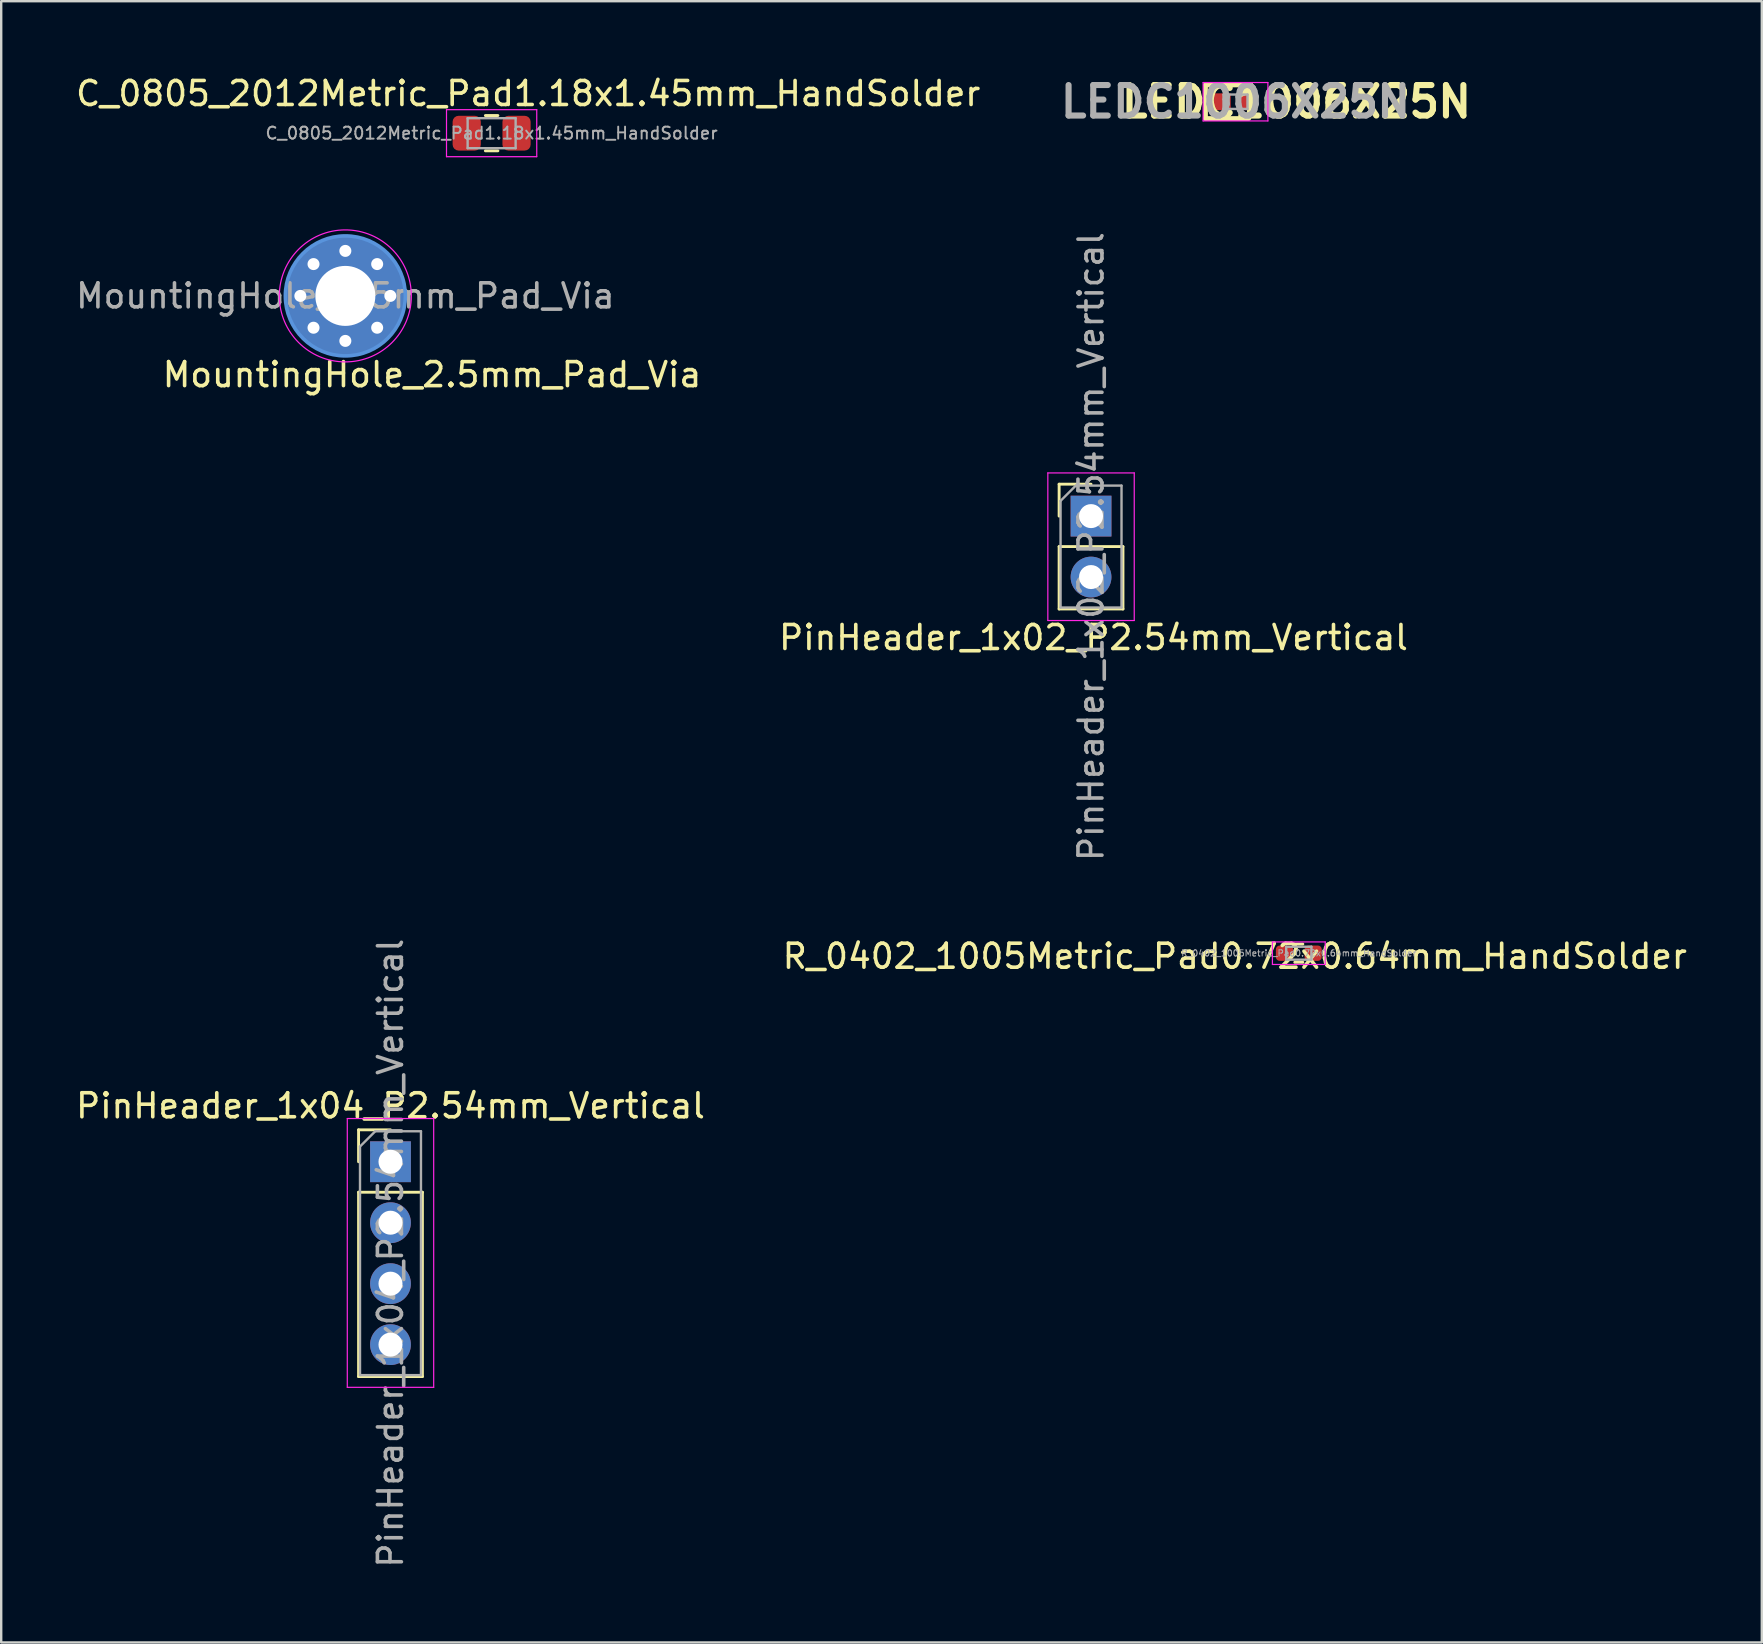
<source format=kicad_pcb>
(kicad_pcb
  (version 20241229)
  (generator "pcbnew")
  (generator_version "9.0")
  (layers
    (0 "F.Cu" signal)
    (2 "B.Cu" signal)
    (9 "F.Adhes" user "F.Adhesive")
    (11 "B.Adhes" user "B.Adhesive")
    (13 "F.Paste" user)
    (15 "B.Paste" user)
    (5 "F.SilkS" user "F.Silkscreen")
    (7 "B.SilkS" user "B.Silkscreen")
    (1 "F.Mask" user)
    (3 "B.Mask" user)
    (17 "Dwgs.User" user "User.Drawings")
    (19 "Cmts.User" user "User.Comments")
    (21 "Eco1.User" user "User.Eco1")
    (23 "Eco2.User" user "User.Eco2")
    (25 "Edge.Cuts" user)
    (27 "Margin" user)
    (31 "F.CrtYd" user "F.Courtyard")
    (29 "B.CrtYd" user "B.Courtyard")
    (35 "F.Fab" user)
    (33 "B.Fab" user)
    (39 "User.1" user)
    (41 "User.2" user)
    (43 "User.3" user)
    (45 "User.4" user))
  (footprint "LEDC1006X25N"
    (layer "F.Cu")
    (at 48.428 1.189)
    (property "Reference" "LEDC1006X25N" (at 2.54 0 0) (layer "F.SilkS") (effects (font (size 1.27 1.27) (thickness 0.254))))
    (attr smd)
    (fp_line (start -1.25 -0.7) (end -1.25 0.7) (stroke (width 0.2) (type solid)) (layer "F.SilkS"))
    (fp_line (start -1.25 0.7) (end 0.55 0.7) (stroke (width 0.2) (type solid)) (layer "F.SilkS"))
    (fp_line (start 0.55 -0.7) (end -1.25 -0.7) (stroke (width 0.2) (type solid)) (layer "F.SilkS"))
    (fp_line (start -1.35 -0.8) (end 1.35 -0.8) (stroke (width 0.05) (type solid)) (layer "F.CrtYd"))
    (fp_line (start -1.35 0.8) (end -1.35 -0.8) (stroke (width 0.05) (type solid)) (layer "F.CrtYd"))
    (fp_line (start 1.35 -0.8) (end 1.35 0.8) (stroke (width 0.05) (type solid)) (layer "F.CrtYd"))
    (fp_line (start 1.35 0.8) (end -1.35 0.8) (stroke (width 0.05) (type solid)) (layer "F.CrtYd"))
    (fp_line (start -0.5 -0.3) (end 0.5 -0.3) (stroke (width 0.1) (type solid)) (layer "F.Fab"))
    (fp_line (start -0.5 -0.1) (end -0.3 -0.3) (stroke (width 0.1) (type solid)) (layer "F.Fab"))
    (fp_line (start -0.5 0.3) (end -0.5 -0.3) (stroke (width 0.1) (type solid)) (layer "F.Fab"))
    (fp_line (start 0.5 -0.3) (end 0.5 0.3) (stroke (width 0.1) (type solid)) (layer "F.Fab"))
    (fp_line (start 0.5 0.3) (end -0.5 0.3) (stroke (width 0.1) (type solid)) (layer "F.Fab"))
    (fp_text user "${REFERENCE}" (at 0 0 0) (layer "F.Fab") (effects (font (size 1.27 1.27) (thickness 0.254))))
    (pad "1" smd rect (at -0.55 0 90) (size 0.7 0.7) (layers "F.Cu" "F.Mask" "F.Paste"))
    (pad "2" smd rect (at 0.55 0 90) (size 0.7 0.7) (layers "F.Cu" "F.Mask" "F.Paste")))
  (footprint "C_0805_2012Metric_Pad1.18x1.45mm_HandSolder"
    (layer "F.Cu")
    (at 17.434 2.499)
    (property "Reference" "C_0805_2012Metric_Pad1.18x1.45mm_HandSolder" (at 1.524 -1.651 0) (layer "F.SilkS") (effects (font (size 1 1) (thickness 0.15))))
    (attr smd)
    (fp_line (start -0.261 -0.735) (end 0.261 -0.735) (stroke (width 0.12) (type solid)) (layer "F.SilkS"))
    (fp_line (start -0.261 0.735) (end 0.261 0.735) (stroke (width 0.12) (type solid)) (layer "F.SilkS"))
    (fp_line (start -1.88 -0.98) (end 1.88 -0.98) (stroke (width 0.05) (type solid)) (layer "F.CrtYd"))
    (fp_line (start -1.88 0.98) (end -1.88 -0.98) (stroke (width 0.05) (type solid)) (layer "F.CrtYd"))
    (fp_line (start 1.88 -0.98) (end 1.88 0.98) (stroke (width 0.05) (type solid)) (layer "F.CrtYd"))
    (fp_line (start 1.88 0.98) (end -1.88 0.98) (stroke (width 0.05) (type solid)) (layer "F.CrtYd"))
    (fp_line (start -1 -0.625) (end 1 -0.625) (stroke (width 0.1) (type solid)) (layer "F.Fab"))
    (fp_line (start -1 0.625) (end -1 -0.625) (stroke (width 0.1) (type solid)) (layer "F.Fab"))
    (fp_line (start 1 -0.625) (end 1 0.625) (stroke (width 0.1) (type solid)) (layer "F.Fab"))
    (fp_line (start 1 0.625) (end -1 0.625) (stroke (width 0.1) (type solid)) (layer "F.Fab"))
    (fp_text user "${REFERENCE}" (at 0 0 0) (layer "F.Fab") (effects (font (size 0.5 0.5) (thickness 0.08))))
    (pad "1" smd roundrect (at -1.038 0 180) (size 1.175 1.45) (layers "F.Cu" "F.Mask" "F.Paste") (roundrect_rratio 0.213))
    (pad "2" smd roundrect (at 1.038 0 180) (size 1.175 1.45) (layers "F.Cu" "F.Mask" "F.Paste") (roundrect_rratio 0.213)))
  (footprint "PinHeader_1x02_P2.54mm_Vertical"
    (layer "F.Cu")
    (at 42.409 18.454)
    (property "Reference" "PinHeader_1x02_P2.54mm_Vertical" (at 0.102 5.06 0) (layer "F.SilkS") (effects (font (size 1 1) (thickness 0.15))))
    (attr through_hole)
    (fp_line (start -1.33 -1.33) (end 0 -1.33) (stroke (width 0.12) (type solid)) (layer "F.SilkS"))
    (fp_line (start -1.33 0) (end -1.33 -1.33) (stroke (width 0.12) (type solid)) (layer "F.SilkS"))
    (fp_line (start -1.33 1.27) (end -1.33 3.87) (stroke (width 0.12) (type solid)) (layer "F.SilkS"))
    (fp_line (start -1.33 1.27) (end 1.33 1.27) (stroke (width 0.12) (type solid)) (layer "F.SilkS"))
    (fp_line (start -1.33 3.87) (end 1.33 3.87) (stroke (width 0.12) (type solid)) (layer "F.SilkS"))
    (fp_line (start 1.33 1.27) (end 1.33 3.87) (stroke (width 0.12) (type solid)) (layer "F.SilkS"))
    (fp_line (start -1.8 -1.8) (end -1.8 4.35) (stroke (width 0.05) (type solid)) (layer "F.CrtYd"))
    (fp_line (start -1.8 4.35) (end 1.8 4.35) (stroke (width 0.05) (type solid)) (layer "F.CrtYd"))
    (fp_line (start 1.8 -1.8) (end -1.8 -1.8) (stroke (width 0.05) (type solid)) (layer "F.CrtYd"))
    (fp_line (start 1.8 4.35) (end 1.8 -1.8) (stroke (width 0.05) (type solid)) (layer "F.CrtYd"))
    (fp_line (start -1.27 -0.635) (end -0.635 -1.27) (stroke (width 0.1) (type solid)) (layer "F.Fab"))
    (fp_line (start -1.27 3.81) (end -1.27 -0.635) (stroke (width 0.1) (type solid)) (layer "F.Fab"))
    (fp_line (start -0.635 -1.27) (end 1.27 -1.27) (stroke (width 0.1) (type solid)) (layer "F.Fab"))
    (fp_line (start 1.27 -1.27) (end 1.27 3.81) (stroke (width 0.1) (type solid)) (layer "F.Fab"))
    (fp_line (start 1.27 3.81) (end -1.27 3.81) (stroke (width 0.1) (type solid)) (layer "F.Fab"))
    (fp_text user "${REFERENCE}" (at 0 1.27 90) (layer "F.Fab") (effects (font (size 1 1) (thickness 0.15))))
    (pad "1" thru_hole rect (at 0 0) (size 1.7 1.7) (drill 1) (layers "*.Cu" "*.Mask"))
    (pad "2" thru_hole oval (at 0 2.54) (size 1.7 1.7) (drill 1) (layers "*.Cu" "*.Mask")))
  (footprint "PinHeader_1x04_P2.54mm_Vertical"
    (layer "F.Cu")
    (at 13.22 45.355)
    (property "Reference" "PinHeader_1x04_P2.54mm_Vertical" (at 0 -2.33 0) (layer "F.SilkS") (effects (font (size 1 1) (thickness 0.15))))
    (attr through_hole)
    (fp_line (start -1.33 -1.33) (end 0 -1.33) (stroke (width 0.12) (type solid)) (layer "F.SilkS"))
    (fp_line (start -1.33 0) (end -1.33 -1.33) (stroke (width 0.12) (type solid)) (layer "F.SilkS"))
    (fp_line (start -1.33 1.27) (end -1.33 8.95) (stroke (width 0.12) (type solid)) (layer "F.SilkS"))
    (fp_line (start -1.33 1.27) (end 1.33 1.27) (stroke (width 0.12) (type solid)) (layer "F.SilkS"))
    (fp_line (start -1.33 8.95) (end 1.33 8.95) (stroke (width 0.12) (type solid)) (layer "F.SilkS"))
    (fp_line (start 1.33 1.27) (end 1.33 8.95) (stroke (width 0.12) (type solid)) (layer "F.SilkS"))
    (fp_line (start -1.8 -1.8) (end -1.8 9.4) (stroke (width 0.05) (type solid)) (layer "F.CrtYd"))
    (fp_line (start -1.8 9.4) (end 1.8 9.4) (stroke (width 0.05) (type solid)) (layer "F.CrtYd"))
    (fp_line (start 1.8 -1.8) (end -1.8 -1.8) (stroke (width 0.05) (type solid)) (layer "F.CrtYd"))
    (fp_line (start 1.8 9.4) (end 1.8 -1.8) (stroke (width 0.05) (type solid)) (layer "F.CrtYd"))
    (fp_line (start -1.27 -0.635) (end -0.635 -1.27) (stroke (width 0.1) (type solid)) (layer "F.Fab"))
    (fp_line (start -1.27 8.89) (end -1.27 -0.635) (stroke (width 0.1) (type solid)) (layer "F.Fab"))
    (fp_line (start -0.635 -1.27) (end 1.27 -1.27) (stroke (width 0.1) (type solid)) (layer "F.Fab"))
    (fp_line (start 1.27 -1.27) (end 1.27 8.89) (stroke (width 0.1) (type solid)) (layer "F.Fab"))
    (fp_line (start 1.27 8.89) (end -1.27 8.89) (stroke (width 0.1) (type solid)) (layer "F.Fab"))
    (fp_text user "${REFERENCE}" (at 0 3.81 90) (layer "F.Fab") (effects (font (size 1 1) (thickness 0.15))))
    (pad "1" thru_hole rect (at 0 0) (size 1.7 1.7) (drill 1) (layers "*.Cu" "*.Mask"))
    (pad "2" thru_hole oval (at 0 2.54) (size 1.7 1.7) (drill 1) (layers "*.Cu" "*.Mask"))
    (pad "3" thru_hole oval (at 0 5.08) (size 1.7 1.7) (drill 1) (layers "*.Cu" "*.Mask"))
    (pad "4" thru_hole oval (at 0 7.62) (size 1.7 1.7) (drill 1) (layers "*.Cu" "*.Mask")))
  (footprint "MountingHole_2.5mm_Pad_Via"
    (layer "F.Cu")
    (at 11.339 9.279)
    (property "Reference" "MountingHole_2.5mm_Pad_Via" (at 3.612 3.282 0) (layer "F.SilkS") (effects (font (size 1 1) (thickness 0.15))))
    (attr exclude_from_pos_files)
    (fp_circle (center 0 0) (end 2.5 0) (stroke (width 0.15) (type solid)) (fill no) (layer "Cmts.User"))
    (fp_circle (center 0 0) (end 2.75 0) (stroke (width 0.05) (type solid)) (fill no) (layer "F.CrtYd"))
    (fp_text user "${REFERENCE}" (at 0 0 0) (layer "F.Fab") (effects (font (size 1 1) (thickness 0.15))))
    (pad "1" thru_hole circle (at -1.875 0) (size 0.8 0.8) (drill 0.5) (layers "*.Cu" "*.Mask"))
    (pad "1" thru_hole circle (at -1.326 -1.326) (size 0.8 0.8) (drill 0.5) (layers "*.Cu" "*.Mask"))
    (pad "1" thru_hole circle (at -1.326 1.326) (size 0.8 0.8) (drill 0.5) (layers "*.Cu" "*.Mask"))
    (pad "1" thru_hole circle (at 0 -1.875) (size 0.8 0.8) (drill 0.5) (layers "*.Cu" "*.Mask"))
    (pad "1" thru_hole circle (at 0 0) (size 5 5) (drill 2.5) (layers "*.Cu" "*.Mask"))
    (pad "1" thru_hole circle (at 0 1.875) (size 0.8 0.8) (drill 0.5) (layers "*.Cu" "*.Mask"))
    (pad "1" thru_hole circle (at 1.326 -1.326) (size 0.8 0.8) (drill 0.5) (layers "*.Cu" "*.Mask"))
    (pad "1" thru_hole circle (at 1.326 1.326) (size 0.8 0.8) (drill 0.5) (layers "*.Cu" "*.Mask"))
    (pad "1" thru_hole circle (at 1.875 0) (size 0.8 0.8) (drill 0.5) (layers "*.Cu" "*.Mask")))
  (footprint "R_0402_1005Metric_Pad0.72x0.64mm_HandSolder"
    (layer "F.Cu")
    (at 51.066 36.666)
    (property "Reference" "R_0402_1005Metric_Pad0.72x0.64mm_HandSolder" (at -2.667 0.127 0) (layer "F.SilkS") (effects (font (size 1 1) (thickness 0.15))))
    (attr smd)
    (fp_line (start -0.168 -0.38) (end 0.168 -0.38) (stroke (width 0.12) (type solid)) (layer "F.SilkS"))
    (fp_line (start -0.168 0.38) (end 0.168 0.38) (stroke (width 0.12) (type solid)) (layer "F.SilkS"))
    (fp_line (start -1.1 -0.47) (end 1.1 -0.47) (stroke (width 0.05) (type solid)) (layer "F.CrtYd"))
    (fp_line (start -1.1 0.47) (end -1.1 -0.47) (stroke (width 0.05) (type solid)) (layer "F.CrtYd"))
    (fp_line (start 1.1 -0.47) (end 1.1 0.47) (stroke (width 0.05) (type solid)) (layer "F.CrtYd"))
    (fp_line (start 1.1 0.47) (end -1.1 0.47) (stroke (width 0.05) (type solid)) (layer "F.CrtYd"))
    (fp_line (start -0.525 -0.27) (end 0.525 -0.27) (stroke (width 0.1) (type solid)) (layer "F.Fab"))
    (fp_line (start -0.525 0.27) (end -0.525 -0.27) (stroke (width 0.1) (type solid)) (layer "F.Fab"))
    (fp_line (start 0.525 -0.27) (end 0.525 0.27) (stroke (width 0.1) (type solid)) (layer "F.Fab"))
    (fp_line (start 0.525 0.27) (end -0.525 0.27) (stroke (width 0.1) (type solid)) (layer "F.Fab"))
    (fp_text user "${REFERENCE}" (at 0 0 0) (layer "F.Fab") (effects (font (size 0.26 0.26) (thickness 0.04))))
    (pad "1" smd roundrect (at -0.598 0 180) (size 0.715 0.64) (layers "F.Cu" "F.Mask" "F.Paste") (roundrect_rratio 0.25))
    (pad "2" smd roundrect (at 0.598 0 180) (size 0.715 0.64) (layers "F.Cu" "F.Mask" "F.Paste") (roundrect_rratio 0.25)))
  (gr_rect
    (start -3 -3)
    (end 70.357 65.385)
    (stroke (width 0.1) (type default))
    (fill no)
    (layer "Edge.Cuts")))
</source>
